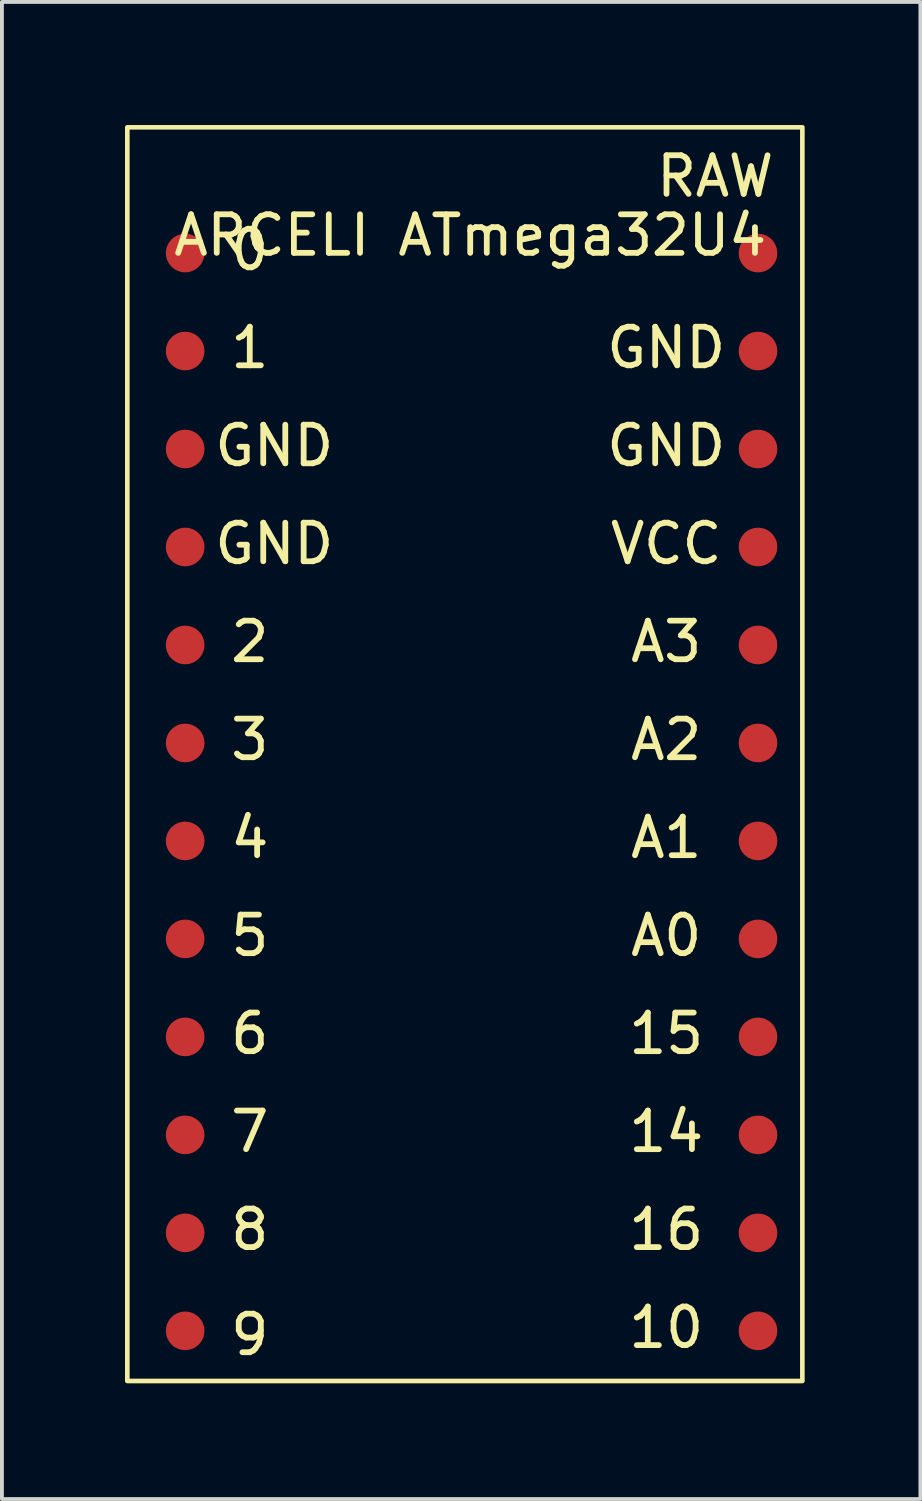
<source format=kicad_pcb>
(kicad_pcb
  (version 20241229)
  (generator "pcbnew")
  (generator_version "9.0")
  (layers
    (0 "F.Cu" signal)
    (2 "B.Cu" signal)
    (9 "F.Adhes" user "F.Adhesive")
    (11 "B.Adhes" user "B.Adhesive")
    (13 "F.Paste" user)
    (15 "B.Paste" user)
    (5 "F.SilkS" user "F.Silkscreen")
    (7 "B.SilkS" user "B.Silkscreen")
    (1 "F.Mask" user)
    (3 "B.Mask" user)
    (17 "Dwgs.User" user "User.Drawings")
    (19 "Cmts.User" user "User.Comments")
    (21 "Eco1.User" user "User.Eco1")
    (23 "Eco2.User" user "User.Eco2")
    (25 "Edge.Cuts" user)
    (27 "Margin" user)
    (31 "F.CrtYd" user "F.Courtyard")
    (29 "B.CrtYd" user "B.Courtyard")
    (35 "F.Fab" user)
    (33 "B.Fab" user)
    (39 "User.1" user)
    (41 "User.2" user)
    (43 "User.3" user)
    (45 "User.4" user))
  (footprint "ARCELI ATmega32U4"
    (layer "F.Cu")
    (at 0.25 0.25)
    (property "Reference" "ARCELI ATmega32U4" (at 8.89 2.8 0) (unlocked yes) (layer "F.SilkS") (effects (font (size 1 1) (thickness 0.15))))
    (attr smd)
    (fp_rect (start 0 0) (end 17.5 32.5) (stroke (width 0.12) (type solid)) (fill no) (layer "F.SilkS"))
    (fp_text user "GND" (at 3.81 10.795 0) (unlocked yes) (layer "F.SilkS") (effects (font (size 1 1) (thickness 0.15))))
    (fp_text user "2" (at 3.175 13.335 0) (unlocked yes) (layer "F.SilkS") (effects (font (size 1 1) (thickness 0.15))))
    (fp_text user "5" (at 3.175 20.955 0) (unlocked yes) (layer "F.SilkS") (effects (font (size 1 1) (thickness 0.15))))
    (fp_text user "9" (at 3.175 31.3 0) (unlocked yes) (layer "F.SilkS") (effects (font (size 1 1) (thickness 0.15))))
    (fp_text user "4" (at 3.175 18.415 0) (unlocked yes) (layer "F.SilkS") (effects (font (size 1 1) (thickness 0.15))))
    (fp_text user "VCC" (at 13.97 10.795 0) (unlocked yes) (layer "F.SilkS") (effects (font (size 1 1) (thickness 0.15))))
    (fp_text user "1" (at 3.175 5.715 0) (unlocked yes) (layer "F.SilkS") (effects (font (size 1 1) (thickness 0.15))))
    (fp_text user "A1" (at 13.97 18.415 0) (unlocked yes) (layer "F.SilkS") (effects (font (size 1 1) (thickness 0.15))))
    (fp_text user "A3" (at 13.97 13.335 0) (unlocked yes) (layer "F.SilkS") (effects (font (size 1 1) (thickness 0.15))))
    (fp_text user "16" (at 13.97 28.575 0) (unlocked yes) (layer "F.SilkS") (effects (font (size 1 1) (thickness 0.15))))
    (fp_text user "6" (at 3.175 23.495 0) (unlocked yes) (layer "F.SilkS") (effects (font (size 1 1) (thickness 0.15))))
    (fp_text user "3" (at 3.175 15.875 0) (unlocked yes) (layer "F.SilkS") (effects (font (size 1 1) (thickness 0.15))))
    (fp_text user "15" (at 13.97 23.495 0) (unlocked yes) (layer "F.SilkS") (effects (font (size 1 1) (thickness 0.15))))
    (fp_text user "10" (at 13.97 31.115 0) (unlocked yes) (layer "F.SilkS") (effects (font (size 1 1) (thickness 0.15))))
    (fp_text user "7" (at 3.175 26.035 0) (unlocked yes) (layer "F.SilkS") (effects (font (size 1 1) (thickness 0.15))))
    (fp_text user "RAW" (at 15.24 1.27 0) (unlocked yes) (layer "F.SilkS") (effects (font (size 1 1) (thickness 0.15))))
    (fp_text user "GND" (at 13.97 5.715 0) (unlocked yes) (layer "F.SilkS") (effects (font (size 1 1) (thickness 0.15))))
    (fp_text user "14" (at 13.97 26.035 0) (unlocked yes) (layer "F.SilkS") (effects (font (size 1 1) (thickness 0.15))))
    (fp_text user "0" (at 3.175 3.175 0) (unlocked yes) (layer "F.SilkS") (effects (font (size 1 1) (thickness 0.15))))
    (fp_text user "8" (at 3.175 28.575 0) (unlocked yes) (layer "F.SilkS") (effects (font (size 1 1) (thickness 0.15))))
    (fp_text user "A0" (at 13.97 20.955 0) (unlocked yes) (layer "F.SilkS") (effects (font (size 1 1) (thickness 0.15))))
    (fp_text user "A2" (at 13.97 15.875 0) (unlocked yes) (layer "F.SilkS") (effects (font (size 1 1) (thickness 0.15))))
    (fp_text user "GND" (at 13.97 8.255 0) (unlocked yes) (layer "F.SilkS") (effects (font (size 1 1) (thickness 0.15))))
    (fp_text user "GND" (at 3.81 8.255 0) (unlocked yes) (layer "F.SilkS") (effects (font (size 1 1) (thickness 0.15))))
    (pad "0" smd circle (at 1.5 3.26) (size 1 1) (layers "F.Cu" "F.Mask" "F.Paste"))
    (pad "1" smd circle (at 1.5 5.8) (size 1 1) (layers "F.Cu" "F.Mask" "F.Paste"))
    (pad "2" smd circle (at 1.5 13.42) (size 1 1) (layers "F.Cu" "F.Mask" "F.Paste"))
    (pad "3" smd circle (at 1.5 15.96) (size 1 1) (layers "F.Cu" "F.Mask" "F.Paste"))
    (pad "4" smd circle (at 1.5 18.5) (size 1 1) (layers "F.Cu" "F.Mask" "F.Paste"))
    (pad "5" smd circle (at 1.5 21.04) (size 1 1) (layers "F.Cu" "F.Mask" "F.Paste"))
    (pad "6" smd circle (at 1.5 23.58) (size 1 1) (layers "F.Cu" "F.Mask" "F.Paste"))
    (pad "7" smd circle (at 1.5 26.12) (size 1 1) (layers "F.Cu" "F.Mask" "F.Paste"))
    (pad "8" smd circle (at 1.5 28.66) (size 1 1) (layers "F.Cu" "F.Mask" "F.Paste"))
    (pad "9" smd circle (at 1.5 31.2) (size 1 1) (layers "F.Cu" "F.Mask" "F.Paste"))
    (pad "10" smd circle (at 16.35 31.2) (size 1 1) (layers "F.Cu" "F.Mask" "F.Paste"))
    (pad "14" smd circle (at 16.35 26.12) (size 1 1) (layers "F.Cu" "F.Mask" "F.Paste"))
    (pad "15" smd circle (at 16.35 23.58) (size 1 1) (layers "F.Cu" "F.Mask" "F.Paste"))
    (pad "16" smd circle (at 16.35 28.66) (size 1 1) (layers "F.Cu" "F.Mask" "F.Paste"))
    (pad "A0" smd circle (at 16.35 21.04) (size 1 1) (layers "F.Cu" "F.Mask" "F.Paste"))
    (pad "A1" smd circle (at 16.35 18.5) (size 1 1) (layers "F.Cu" "F.Mask" "F.Paste"))
    (pad "A2" smd circle (at 16.35 15.96) (size 1 1) (layers "F.Cu" "F.Mask" "F.Paste"))
    (pad "A3" smd circle (at 16.35 13.42) (size 1 1) (layers "F.Cu" "F.Mask" "F.Paste"))
    (pad "GND" smd circle (at 1.5 8.34) (size 1 1) (layers "F.Cu" "F.Mask" "F.Paste"))
    (pad "GND" smd circle (at 1.5 10.88) (size 1 1) (layers "F.Cu" "F.Mask" "F.Paste"))
    (pad "GND" smd circle (at 16.35 5.8) (size 1 1) (layers "F.Cu" "F.Mask" "F.Paste"))
    (pad "RAW" smd circle (at 16.35 3.26) (size 1 1) (layers "F.Cu" "F.Mask" "F.Paste"))
    (pad "RST" smd circle (at 16.35 8.34) (size 1 1) (layers "F.Cu" "F.Mask" "F.Paste"))
    (pad "VCC" smd circle (at 16.35 10.88) (size 1 1) (layers "F.Cu" "F.Mask" "F.Paste")))
  (gr_rect
    (start -3 -3)
    (end 20.81 35.81)
    (stroke (width 0.1) (type default))
    (fill no)
    (layer "Edge.Cuts")))
</source>
